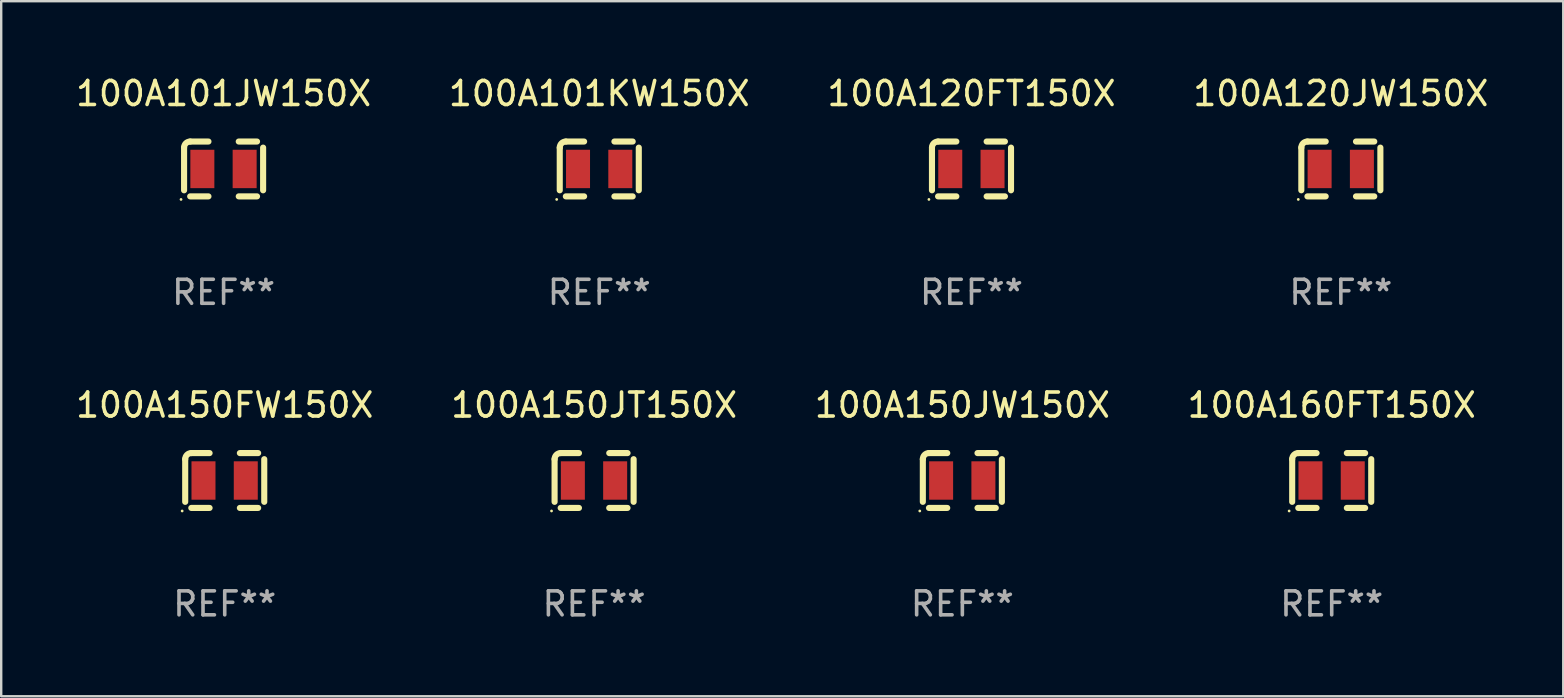
<source format=kicad_pcb>
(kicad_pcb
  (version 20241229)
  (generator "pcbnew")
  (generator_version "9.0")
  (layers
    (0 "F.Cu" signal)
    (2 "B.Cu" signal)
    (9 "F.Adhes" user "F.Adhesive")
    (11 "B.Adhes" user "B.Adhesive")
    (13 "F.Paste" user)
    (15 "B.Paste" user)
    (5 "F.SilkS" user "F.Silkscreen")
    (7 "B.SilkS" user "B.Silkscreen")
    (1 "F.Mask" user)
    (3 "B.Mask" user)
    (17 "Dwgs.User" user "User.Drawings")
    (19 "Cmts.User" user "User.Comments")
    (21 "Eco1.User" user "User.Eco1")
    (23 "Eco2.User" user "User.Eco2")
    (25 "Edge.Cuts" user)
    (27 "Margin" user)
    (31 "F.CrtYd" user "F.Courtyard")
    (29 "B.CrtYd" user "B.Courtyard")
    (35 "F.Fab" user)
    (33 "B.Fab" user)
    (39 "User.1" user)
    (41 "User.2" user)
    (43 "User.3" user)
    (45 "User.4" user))
  (footprint "100A101JW150X"
    (layer "F.Cu")
    (at 6.268 3.991)
    (property "Reference" "100A101JW150X" (at 0 -3.143 0) (layer "F.SilkS") (effects (font (size 1 1) (thickness 0.15))))
    (attr through_hole)
    (fp_line (start -1.647 -0.889) (end -1.647 0.889) (stroke (width 0.254) (type solid)) (layer "F.SilkS"))
    (fp_line (start -0.631 -1.143) (end -1.393 -1.143) (stroke (width 0.254) (type solid)) (layer "F.SilkS"))
    (fp_line (start -0.631 1.143) (end -1.393 1.143) (stroke (width 0.254) (type solid)) (layer "F.SilkS"))
    (fp_line (start 0.631 -1.143) (end 1.393 -1.143) (stroke (width 0.254) (type solid)) (layer "F.SilkS"))
    (fp_line (start 0.631 1.143) (end 1.393 1.143) (stroke (width 0.254) (type solid)) (layer "F.SilkS"))
    (fp_line (start 1.647 -0.889) (end 1.647 0.889) (stroke (width 0.254) (type solid)) (layer "F.SilkS"))
    (fp_arc (start -1.647002 -0.889002) (mid -1.572607 -1.068607) (end -1.393002 -1.143002) (stroke (width 0.254001) (type solid)) (layer "F.SilkS"))
    (fp_circle (center -1.774 1.27) (end -1.744 1.27) (stroke (width 0.06) (type solid)) (fill no) (layer "F.SilkS"))
    (fp_text user "REF**" (at 0 5.143 0) (layer "F.Fab") (effects (font (size 1 1) (thickness 0.15))))
    (pad "1" smd rect (at -0.885 0) (size 1 1.6) (layers "F.Cu" "F.Mask" "F.Paste"))
    (pad "2" smd rect (at 0.877 0) (size 1 1.6) (layers "F.Cu" "F.Mask" "F.Paste")))
  (footprint "100A160FT150X"
    (layer "F.Cu")
    (at 52.446 16.974)
    (property "Reference" "100A160FT150X" (at 0 -3.143 0) (layer "F.SilkS") (effects (font (size 1 1) (thickness 0.15))))
    (attr through_hole)
    (fp_line (start -1.647 -0.889) (end -1.647 0.889) (stroke (width 0.254) (type solid)) (layer "F.SilkS"))
    (fp_line (start -0.631 -1.143) (end -1.393 -1.143) (stroke (width 0.254) (type solid)) (layer "F.SilkS"))
    (fp_line (start -0.631 1.143) (end -1.393 1.143) (stroke (width 0.254) (type solid)) (layer "F.SilkS"))
    (fp_line (start 0.631 -1.143) (end 1.393 -1.143) (stroke (width 0.254) (type solid)) (layer "F.SilkS"))
    (fp_line (start 0.631 1.143) (end 1.393 1.143) (stroke (width 0.254) (type solid)) (layer "F.SilkS"))
    (fp_line (start 1.647 -0.889) (end 1.647 0.889) (stroke (width 0.254) (type solid)) (layer "F.SilkS"))
    (fp_arc (start -1.647002 -0.889002) (mid -1.572607 -1.068607) (end -1.393002 -1.143002) (stroke (width 0.254001) (type solid)) (layer "F.SilkS"))
    (fp_circle (center -1.774 1.27) (end -1.744 1.27) (stroke (width 0.06) (type solid)) (fill no) (layer "F.SilkS"))
    (fp_text user "REF**" (at 0 5.143 0) (layer "F.Fab") (effects (font (size 1 1) (thickness 0.15))))
    (pad "1" smd rect (at -0.885 0) (size 1 1.6) (layers "F.Cu" "F.Mask" "F.Paste"))
    (pad "2" smd rect (at 0.877 0) (size 1 1.6) (layers "F.Cu" "F.Mask" "F.Paste")))
  (footprint "100A101KW150X"
    (layer "F.Cu")
    (at 21.923 3.991)
    (property "Reference" "100A101KW150X" (at 0 -3.143 0) (layer "F.SilkS") (effects (font (size 1 1) (thickness 0.15))))
    (attr through_hole)
    (fp_line (start -1.647 -0.889) (end -1.647 0.889) (stroke (width 0.254) (type solid)) (layer "F.SilkS"))
    (fp_line (start -0.631 -1.143) (end -1.393 -1.143) (stroke (width 0.254) (type solid)) (layer "F.SilkS"))
    (fp_line (start -0.631 1.143) (end -1.393 1.143) (stroke (width 0.254) (type solid)) (layer "F.SilkS"))
    (fp_line (start 0.631 -1.143) (end 1.393 -1.143) (stroke (width 0.254) (type solid)) (layer "F.SilkS"))
    (fp_line (start 0.631 1.143) (end 1.393 1.143) (stroke (width 0.254) (type solid)) (layer "F.SilkS"))
    (fp_line (start 1.647 -0.889) (end 1.647 0.889) (stroke (width 0.254) (type solid)) (layer "F.SilkS"))
    (fp_arc (start -1.647002 -0.889002) (mid -1.572607 -1.068607) (end -1.393002 -1.143002) (stroke (width 0.254001) (type solid)) (layer "F.SilkS"))
    (fp_circle (center -1.774 1.27) (end -1.744 1.27) (stroke (width 0.06) (type solid)) (fill no) (layer "F.SilkS"))
    (fp_text user "REF**" (at 0 5.143 0) (layer "F.Fab") (effects (font (size 1 1) (thickness 0.15))))
    (pad "1" smd rect (at -0.885 0) (size 1 1.6) (layers "F.Cu" "F.Mask" "F.Paste"))
    (pad "2" smd rect (at 0.877 0) (size 1 1.6) (layers "F.Cu" "F.Mask" "F.Paste")))
  (footprint "100A150JW150X"
    (layer "F.Cu")
    (at 37.054 16.974)
    (property "Reference" "100A150JW150X" (at 0 -3.143 0) (layer "F.SilkS") (effects (font (size 1 1) (thickness 0.15))))
    (attr through_hole)
    (fp_line (start -1.647 -0.889) (end -1.647 0.889) (stroke (width 0.254) (type solid)) (layer "F.SilkS"))
    (fp_line (start -0.631 -1.143) (end -1.393 -1.143) (stroke (width 0.254) (type solid)) (layer "F.SilkS"))
    (fp_line (start -0.631 1.143) (end -1.393 1.143) (stroke (width 0.254) (type solid)) (layer "F.SilkS"))
    (fp_line (start 0.631 -1.143) (end 1.393 -1.143) (stroke (width 0.254) (type solid)) (layer "F.SilkS"))
    (fp_line (start 0.631 1.143) (end 1.393 1.143) (stroke (width 0.254) (type solid)) (layer "F.SilkS"))
    (fp_line (start 1.647 -0.889) (end 1.647 0.889) (stroke (width 0.254) (type solid)) (layer "F.SilkS"))
    (fp_arc (start -1.647002 -0.889002) (mid -1.572607 -1.068607) (end -1.393002 -1.143002) (stroke (width 0.254001) (type solid)) (layer "F.SilkS"))
    (fp_circle (center -1.774 1.27) (end -1.744 1.27) (stroke (width 0.06) (type solid)) (fill no) (layer "F.SilkS"))
    (fp_text user "REF**" (at 0 5.143 0) (layer "F.Fab") (effects (font (size 1 1) (thickness 0.15))))
    (pad "1" smd rect (at -0.885 0) (size 1 1.6) (layers "F.Cu" "F.Mask" "F.Paste"))
    (pad "2" smd rect (at 0.877 0) (size 1 1.6) (layers "F.Cu" "F.Mask" "F.Paste")))
  (footprint "100A150FW150X"
    (layer "F.Cu")
    (at 6.315 16.974)
    (property "Reference" "100A150FW150X" (at 0 -3.143 0) (layer "F.SilkS") (effects (font (size 1 1) (thickness 0.15))))
    (attr through_hole)
    (fp_line (start -1.647 -0.889) (end -1.647 0.889) (stroke (width 0.254) (type solid)) (layer "F.SilkS"))
    (fp_line (start -0.631 -1.143) (end -1.393 -1.143) (stroke (width 0.254) (type solid)) (layer "F.SilkS"))
    (fp_line (start -0.631 1.143) (end -1.393 1.143) (stroke (width 0.254) (type solid)) (layer "F.SilkS"))
    (fp_line (start 0.631 -1.143) (end 1.393 -1.143) (stroke (width 0.254) (type solid)) (layer "F.SilkS"))
    (fp_line (start 0.631 1.143) (end 1.393 1.143) (stroke (width 0.254) (type solid)) (layer "F.SilkS"))
    (fp_line (start 1.647 -0.889) (end 1.647 0.889) (stroke (width 0.254) (type solid)) (layer "F.SilkS"))
    (fp_arc (start -1.647002 -0.889002) (mid -1.572607 -1.068607) (end -1.393002 -1.143002) (stroke (width 0.254001) (type solid)) (layer "F.SilkS"))
    (fp_circle (center -1.774 1.27) (end -1.744 1.27) (stroke (width 0.06) (type solid)) (fill no) (layer "F.SilkS"))
    (fp_text user "REF**" (at 0 5.143 0) (layer "F.Fab") (effects (font (size 1 1) (thickness 0.15))))
    (pad "1" smd rect (at -0.885 0) (size 1 1.6) (layers "F.Cu" "F.Mask" "F.Paste"))
    (pad "2" smd rect (at 0.877 0) (size 1 1.6) (layers "F.Cu" "F.Mask" "F.Paste")))
  (footprint "100A120FT150X"
    (layer "F.Cu")
    (at 37.435 3.991)
    (property "Reference" "100A120FT150X" (at 0 -3.143 0) (layer "F.SilkS") (effects (font (size 1 1) (thickness 0.15))))
    (attr through_hole)
    (fp_line (start -1.647 -0.889) (end -1.647 0.889) (stroke (width 0.254) (type solid)) (layer "F.SilkS"))
    (fp_line (start -0.631 -1.143) (end -1.393 -1.143) (stroke (width 0.254) (type solid)) (layer "F.SilkS"))
    (fp_line (start -0.631 1.143) (end -1.393 1.143) (stroke (width 0.254) (type solid)) (layer "F.SilkS"))
    (fp_line (start 0.631 -1.143) (end 1.393 -1.143) (stroke (width 0.254) (type solid)) (layer "F.SilkS"))
    (fp_line (start 0.631 1.143) (end 1.393 1.143) (stroke (width 0.254) (type solid)) (layer "F.SilkS"))
    (fp_line (start 1.647 -0.889) (end 1.647 0.889) (stroke (width 0.254) (type solid)) (layer "F.SilkS"))
    (fp_arc (start -1.647002 -0.889002) (mid -1.572607 -1.068607) (end -1.393002 -1.143002) (stroke (width 0.254001) (type solid)) (layer "F.SilkS"))
    (fp_circle (center -1.774 1.27) (end -1.744 1.27) (stroke (width 0.06) (type solid)) (fill no) (layer "F.SilkS"))
    (fp_text user "REF**" (at 0 5.143 0) (layer "F.Fab") (effects (font (size 1 1) (thickness 0.15))))
    (pad "1" smd rect (at -0.885 0) (size 1 1.6) (layers "F.Cu" "F.Mask" "F.Paste"))
    (pad "2" smd rect (at 0.877 0) (size 1 1.6) (layers "F.Cu" "F.Mask" "F.Paste")))
  (footprint "100A150JT150X"
    (layer "F.Cu")
    (at 21.708 16.974)
    (property "Reference" "100A150JT150X" (at 0 -3.143 0) (layer "F.SilkS") (effects (font (size 1 1) (thickness 0.15))))
    (attr through_hole)
    (fp_line (start -1.647 -0.889) (end -1.647 0.889) (stroke (width 0.254) (type solid)) (layer "F.SilkS"))
    (fp_line (start -0.631 -1.143) (end -1.393 -1.143) (stroke (width 0.254) (type solid)) (layer "F.SilkS"))
    (fp_line (start -0.631 1.143) (end -1.393 1.143) (stroke (width 0.254) (type solid)) (layer "F.SilkS"))
    (fp_line (start 0.631 -1.143) (end 1.393 -1.143) (stroke (width 0.254) (type solid)) (layer "F.SilkS"))
    (fp_line (start 0.631 1.143) (end 1.393 1.143) (stroke (width 0.254) (type solid)) (layer "F.SilkS"))
    (fp_line (start 1.647 -0.889) (end 1.647 0.889) (stroke (width 0.254) (type solid)) (layer "F.SilkS"))
    (fp_arc (start -1.647002 -0.889002) (mid -1.572607 -1.068607) (end -1.393002 -1.143002) (stroke (width 0.254001) (type solid)) (layer "F.SilkS"))
    (fp_circle (center -1.774 1.27) (end -1.744 1.27) (stroke (width 0.06) (type solid)) (fill no) (layer "F.SilkS"))
    (fp_text user "REF**" (at 0 5.143 0) (layer "F.Fab") (effects (font (size 1 1) (thickness 0.15))))
    (pad "1" smd rect (at -0.885 0) (size 1 1.6) (layers "F.Cu" "F.Mask" "F.Paste"))
    (pad "2" smd rect (at 0.877 0) (size 1 1.6) (layers "F.Cu" "F.Mask" "F.Paste")))
  (footprint "100A120JW150X"
    (layer "F.Cu")
    (at 52.827 3.991)
    (property "Reference" "100A120JW150X" (at 0 -3.143 0) (layer "F.SilkS") (effects (font (size 1 1) (thickness 0.15))))
    (attr through_hole)
    (fp_line (start -1.647 -0.889) (end -1.647 0.889) (stroke (width 0.254) (type solid)) (layer "F.SilkS"))
    (fp_line (start -0.631 -1.143) (end -1.393 -1.143) (stroke (width 0.254) (type solid)) (layer "F.SilkS"))
    (fp_line (start -0.631 1.143) (end -1.393 1.143) (stroke (width 0.254) (type solid)) (layer "F.SilkS"))
    (fp_line (start 0.631 -1.143) (end 1.393 -1.143) (stroke (width 0.254) (type solid)) (layer "F.SilkS"))
    (fp_line (start 0.631 1.143) (end 1.393 1.143) (stroke (width 0.254) (type solid)) (layer "F.SilkS"))
    (fp_line (start 1.647 -0.889) (end 1.647 0.889) (stroke (width 0.254) (type solid)) (layer "F.SilkS"))
    (fp_arc (start -1.647002 -0.889002) (mid -1.572607 -1.068607) (end -1.393002 -1.143002) (stroke (width 0.254001) (type solid)) (layer "F.SilkS"))
    (fp_circle (center -1.774 1.27) (end -1.744 1.27) (stroke (width 0.06) (type solid)) (fill no) (layer "F.SilkS"))
    (fp_text user "REF**" (at 0 5.143 0) (layer "F.Fab") (effects (font (size 1 1) (thickness 0.15))))
    (pad "1" smd rect (at -0.885 0) (size 1 1.6) (layers "F.Cu" "F.Mask" "F.Paste"))
    (pad "2" smd rect (at 0.877 0) (size 1 1.6) (layers "F.Cu" "F.Mask" "F.Paste")))
  (gr_rect
    (start -3 -3)
    (end 62.095 25.965)
    (stroke (width 0.1) (type default))
    (fill no)
    (layer "Edge.Cuts")))
</source>
